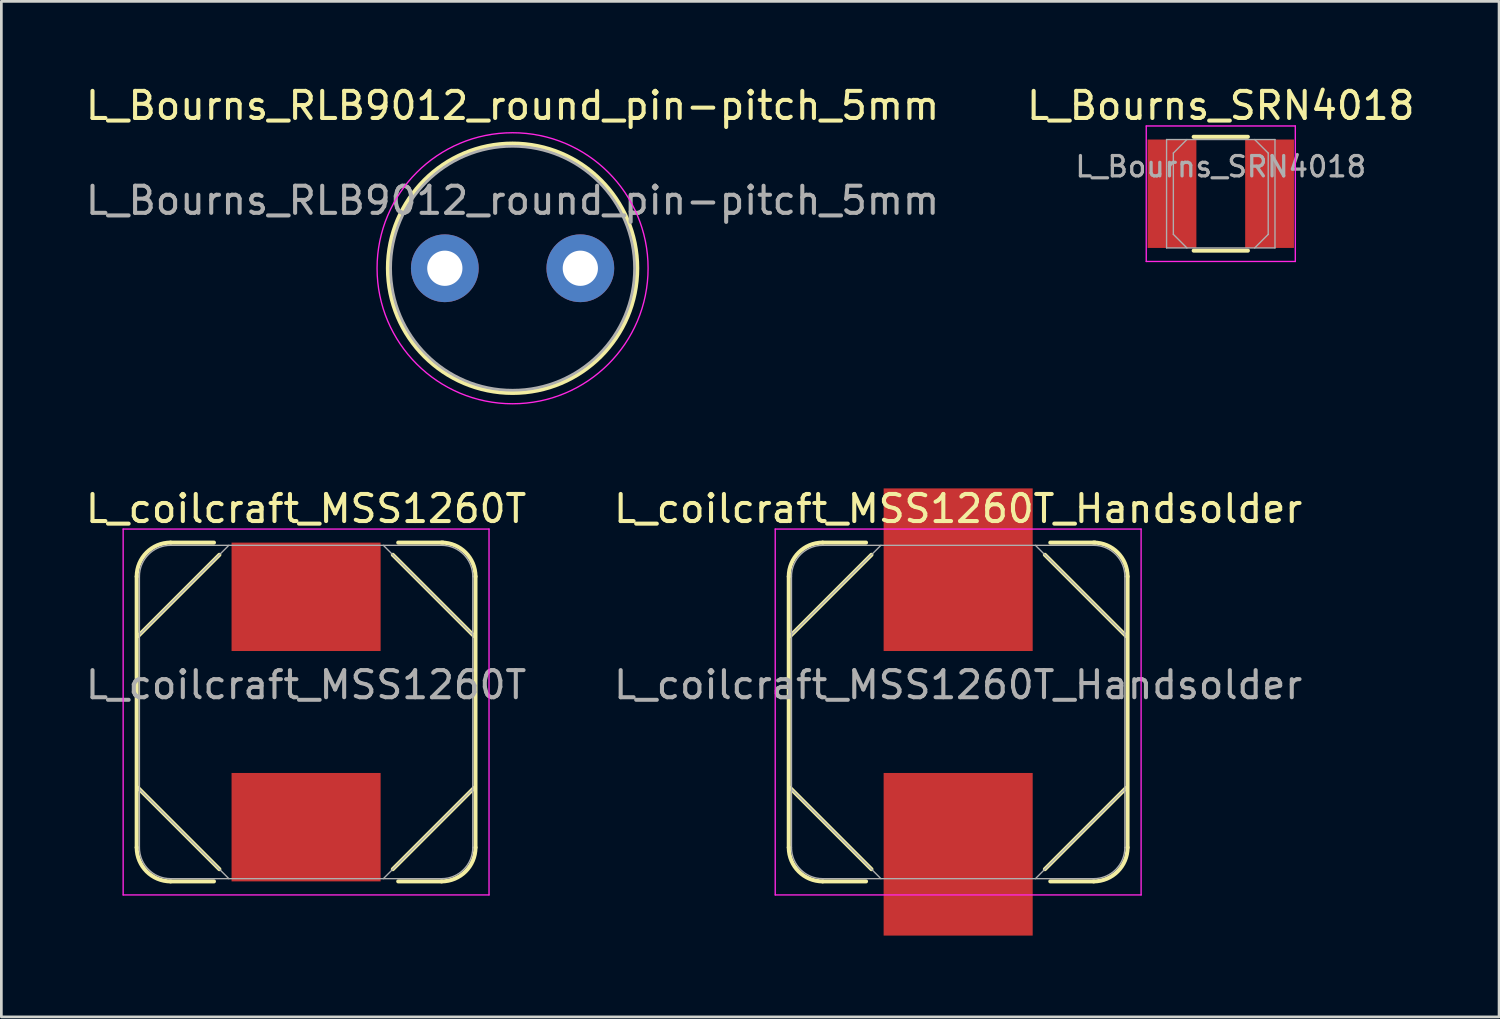
<source format=kicad_pcb>
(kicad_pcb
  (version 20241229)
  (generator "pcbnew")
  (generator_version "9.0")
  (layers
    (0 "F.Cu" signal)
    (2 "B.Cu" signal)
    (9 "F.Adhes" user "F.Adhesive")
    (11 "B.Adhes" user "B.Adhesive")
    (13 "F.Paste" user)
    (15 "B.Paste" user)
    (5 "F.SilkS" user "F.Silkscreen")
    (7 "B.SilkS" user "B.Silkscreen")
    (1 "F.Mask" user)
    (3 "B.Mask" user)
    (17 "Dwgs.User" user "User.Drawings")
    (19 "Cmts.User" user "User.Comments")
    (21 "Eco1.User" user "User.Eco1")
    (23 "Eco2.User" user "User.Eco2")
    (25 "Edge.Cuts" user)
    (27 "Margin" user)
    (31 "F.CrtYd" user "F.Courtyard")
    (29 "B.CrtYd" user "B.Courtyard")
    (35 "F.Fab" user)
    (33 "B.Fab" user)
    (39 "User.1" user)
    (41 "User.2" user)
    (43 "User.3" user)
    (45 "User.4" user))
  (footprint "L_Bourns_RLB9012_round_pin-pitch_5mm"
    (layer "F.Cu")
    (at 15.863 6.848)
    (property "Reference" "L_Bourns_RLB9012_round_pin-pitch_5mm" (at 0 -2.5 0) (layer "F.Fab") (effects (font (size 1 1) (thickness 0.15))))
    (attr through_hole)
    (fp_circle (center 0 0) (end 4.6 0) (stroke (width 0.15) (type solid)) (fill no) (layer "F.SilkS"))
    (fp_circle (center 0 0) (end 5 0) (stroke (width 0.05) (type solid)) (fill no) (layer "F.CrtYd"))
    (fp_circle (center 0 0) (end 4.5 0) (stroke (width 0.1) (type solid)) (fill no) (layer "F.Fab"))
    (fp_text user "${REFERENCE}" (at 0 -6 0) (layer "F.SilkS") (effects (font (size 1 1) (thickness 0.15))))
    (pad "1" thru_hole circle (at -2.5 0) (size 2.5 2.5) (drill 1.3) (layers "*.Cu" "*.Mask"))
    (pad "2" thru_hole circle (at 2.5 0) (size 2.5 2.5) (drill 1.3) (layers "*.Cu" "*.Mask")))
  (footprint "L_coilcraft_MSS1260T_Handsolder"
    (layer "F.Cu")
    (at 32.304 23.221)
    (property "Reference" "L_coilcraft_MSS1260T_Handsolder" (at 0 -1 0) (layer "F.Fab") (effects (font (size 1 1) (thickness 0.15))))
    (attr smd)
    (fp_line (start -6.25 5) (end -6.25 -5) (stroke (width 0.15) (type solid)) (layer "F.SilkS"))
    (fp_line (start -5 -6.25) (end -3.4 -6.25) (stroke (width 0.15) (type solid)) (layer "F.SilkS"))
    (fp_line (start -5 6.25) (end -3.4 6.25) (stroke (width 0.15) (type solid)) (layer "F.SilkS"))
    (fp_line (start -3.2 -5.8) (end -6.2 -2.8) (stroke (width 0.15) (type solid)) (layer "F.SilkS"))
    (fp_line (start -3.2 5.8) (end -6.2 2.8) (stroke (width 0.15) (type solid)) (layer "F.SilkS"))
    (fp_line (start 3.2 -5.8) (end 6.2 -2.8) (stroke (width 0.15) (type solid)) (layer "F.SilkS"))
    (fp_line (start 3.2 5.8) (end 6.2 2.8) (stroke (width 0.15) (type solid)) (layer "F.SilkS"))
    (fp_line (start 5 6.25) (end 3.4 6.25) (stroke (width 0.15) (type solid)) (layer "F.SilkS"))
    (fp_line (start 5.05 -6.25) (end 3.4 -6.25) (stroke (width 0.15) (type solid)) (layer "F.SilkS"))
    (fp_line (start 6.25 -5) (end 6.25 5) (stroke (width 0.15) (type solid)) (layer "F.SilkS"))
    (fp_arc (start -6.25 -5) (mid -5.883883 -5.883883) (end -5 -6.25) (stroke (width 0.15) (type solid)) (layer "F.SilkS"))
    (fp_arc (start -5 6.25) (mid -5.883883 5.883883) (end -6.25 5) (stroke (width 0.15) (type solid)) (layer "F.SilkS"))
    (fp_arc (start 5 -6.25) (mid 5.883883 -5.883883) (end 6.25 -5) (stroke (width 0.15) (type solid)) (layer "F.SilkS"))
    (fp_arc (start 6.25 5) (mid 5.883883 5.883883) (end 5 6.25) (stroke (width 0.15) (type solid)) (layer "F.SilkS"))
    (fp_line (start -6.75 -6.75) (end 6.75 -6.75) (stroke (width 0.05) (type solid)) (layer "F.CrtYd"))
    (fp_line (start -6.75 6.75) (end -6.75 -6.75) (stroke (width 0.05) (type solid)) (layer "F.CrtYd"))
    (fp_line (start 6.75 -6.75) (end 6.75 6.75) (stroke (width 0.05) (type solid)) (layer "F.CrtYd"))
    (fp_line (start 6.75 6.75) (end -6.75 6.75) (stroke (width 0.05) (type solid)) (layer "F.CrtYd"))
    (fp_line (start -6.15 -5) (end -6.15 5) (stroke (width 0.05) (type solid)) (layer "F.Fab"))
    (fp_line (start -6.15 -2.85) (end -2.85 -6.15) (stroke (width 0.05) (type solid)) (layer "F.Fab"))
    (fp_line (start -6.15 2.85) (end -2.85 6.15) (stroke (width 0.05) (type solid)) (layer "F.Fab"))
    (fp_line (start -5 6.15) (end 5 6.15) (stroke (width 0.05) (type solid)) (layer "F.Fab"))
    (fp_line (start 5 -6.15) (end -5 -6.15) (stroke (width 0.05) (type solid)) (layer "F.Fab"))
    (fp_line (start 6.15 -2.85) (end 2.85 -6.15) (stroke (width 0.05) (type solid)) (layer "F.Fab"))
    (fp_line (start 6.15 2.85) (end 2.85 6.15) (stroke (width 0.05) (type solid)) (layer "F.Fab"))
    (fp_line (start 6.15 5) (end 6.15 -5) (stroke (width 0.05) (type solid)) (layer "F.Fab"))
    (fp_arc (start -6.15 -5) (mid -5.813173 -5.813173) (end -5 -6.15) (stroke (width 0.05) (type solid)) (layer "F.Fab"))
    (fp_arc (start -5 6.15) (mid -5.813173 5.813173) (end -6.15 5) (stroke (width 0.05) (type solid)) (layer "F.Fab"))
    (fp_arc (start 5 -6.15) (mid 5.813173 -5.813173) (end 6.15 -5) (stroke (width 0.05) (type solid)) (layer "F.Fab"))
    (fp_arc (start 6.15 5) (mid 5.813173 5.813173) (end 5 6.15) (stroke (width 0.05) (type solid)) (layer "F.Fab"))
    (fp_text user "${REFERENCE}" (at 0 -7.5 0) (layer "F.SilkS") (effects (font (size 1 1) (thickness 0.15))))
    (pad "1" smd rect (at 0 -5.25) (size 5.5 6) (layers "F.Cu" "F.Mask" "F.Paste"))
    (pad "2" smd rect (at 0 5.25) (size 5.5 6) (layers "F.Cu" "F.Mask" "F.Paste")))
  (footprint "L_coilcraft_MSS1260T"
    (layer "F.Cu")
    (at 8.244 23.221)
    (property "Reference" "L_coilcraft_MSS1260T" (at 0 -1 0) (layer "F.Fab") (effects (font (size 1 1) (thickness 0.15))))
    (attr smd)
    (fp_line (start -6.25 5) (end -6.25 -5) (stroke (width 0.15) (type solid)) (layer "F.SilkS"))
    (fp_line (start -5 -6.25) (end -3.4 -6.25) (stroke (width 0.15) (type solid)) (layer "F.SilkS"))
    (fp_line (start -5 6.25) (end -3.4 6.25) (stroke (width 0.15) (type solid)) (layer "F.SilkS"))
    (fp_line (start -3.2 -5.8) (end -6.2 -2.8) (stroke (width 0.15) (type solid)) (layer "F.SilkS"))
    (fp_line (start -3.2 5.8) (end -6.2 2.8) (stroke (width 0.15) (type solid)) (layer "F.SilkS"))
    (fp_line (start 3.2 -5.8) (end 6.2 -2.8) (stroke (width 0.15) (type solid)) (layer "F.SilkS"))
    (fp_line (start 3.2 5.8) (end 6.2 2.8) (stroke (width 0.15) (type solid)) (layer "F.SilkS"))
    (fp_line (start 5 6.25) (end 3.4 6.25) (stroke (width 0.15) (type solid)) (layer "F.SilkS"))
    (fp_line (start 5.05 -6.25) (end 3.4 -6.25) (stroke (width 0.15) (type solid)) (layer "F.SilkS"))
    (fp_line (start 6.25 -5) (end 6.25 5) (stroke (width 0.15) (type solid)) (layer "F.SilkS"))
    (fp_arc (start -6.25 -5) (mid -5.883883 -5.883883) (end -5 -6.25) (stroke (width 0.15) (type solid)) (layer "F.SilkS"))
    (fp_arc (start -5 6.25) (mid -5.883883 5.883883) (end -6.25 5) (stroke (width 0.15) (type solid)) (layer "F.SilkS"))
    (fp_arc (start 5 -6.25) (mid 5.883883 -5.883883) (end 6.25 -5) (stroke (width 0.15) (type solid)) (layer "F.SilkS"))
    (fp_arc (start 6.25 5) (mid 5.883883 5.883883) (end 5 6.25) (stroke (width 0.15) (type solid)) (layer "F.SilkS"))
    (fp_line (start -6.75 -6.75) (end 6.75 -6.75) (stroke (width 0.05) (type solid)) (layer "F.CrtYd"))
    (fp_line (start -6.75 6.75) (end -6.75 -6.75) (stroke (width 0.05) (type solid)) (layer "F.CrtYd"))
    (fp_line (start 6.75 -6.75) (end 6.75 6.75) (stroke (width 0.05) (type solid)) (layer "F.CrtYd"))
    (fp_line (start 6.75 6.75) (end -6.75 6.75) (stroke (width 0.05) (type solid)) (layer "F.CrtYd"))
    (fp_line (start -6.15 -5) (end -6.15 5) (stroke (width 0.05) (type solid)) (layer "F.Fab"))
    (fp_line (start -6.15 -2.85) (end -2.85 -6.15) (stroke (width 0.05) (type solid)) (layer "F.Fab"))
    (fp_line (start -6.15 2.85) (end -2.85 6.15) (stroke (width 0.05) (type solid)) (layer "F.Fab"))
    (fp_line (start -5 6.15) (end 5 6.15) (stroke (width 0.05) (type solid)) (layer "F.Fab"))
    (fp_line (start 5 -6.15) (end -5 -6.15) (stroke (width 0.05) (type solid)) (layer "F.Fab"))
    (fp_line (start 6.15 -2.85) (end 2.85 -6.15) (stroke (width 0.05) (type solid)) (layer "F.Fab"))
    (fp_line (start 6.15 2.85) (end 2.85 6.15) (stroke (width 0.05) (type solid)) (layer "F.Fab"))
    (fp_line (start 6.15 5) (end 6.15 -5) (stroke (width 0.05) (type solid)) (layer "F.Fab"))
    (fp_arc (start -6.15 -5) (mid -5.813173 -5.813173) (end -5 -6.15) (stroke (width 0.05) (type solid)) (layer "F.Fab"))
    (fp_arc (start -5 6.15) (mid -5.813173 5.813173) (end -6.15 5) (stroke (width 0.05) (type solid)) (layer "F.Fab"))
    (fp_arc (start 5 -6.15) (mid 5.813173 -5.813173) (end 6.15 -5) (stroke (width 0.05) (type solid)) (layer "F.Fab"))
    (fp_arc (start 6.15 5) (mid 5.813173 5.813173) (end 5 6.15) (stroke (width 0.05) (type solid)) (layer "F.Fab"))
    (fp_text user "${REFERENCE}" (at 0 -7.5 0) (layer "F.SilkS") (effects (font (size 1 1) (thickness 0.15))))
    (pad "1" smd rect (at 0 -4.25) (size 5.5 4) (layers "F.Cu" "F.Mask" "F.Paste"))
    (pad "2" smd rect (at 0 4.25) (size 5.5 4) (layers "F.Cu" "F.Mask" "F.Paste")))
  (footprint "L_Bourns_SRN4018"
    (layer "F.Cu")
    (at 41.994 4.098)
    (property "Reference" "L_Bourns_SRN4018" (at 0 -1 0) (layer "F.Fab") (effects (font (size 0.75 0.75) (thickness 0.12))))
    (attr smd)
    (fp_line (start -1 -2.1) (end 1 -2.1) (stroke (width 0.15) (type solid)) (layer "F.SilkS"))
    (fp_line (start 1 2.1) (end -1 2.1) (stroke (width 0.15) (type solid)) (layer "F.SilkS"))
    (fp_line (start -2.75 -2.5) (end -2.75 2.5) (stroke (width 0.05) (type solid)) (layer "F.CrtYd"))
    (fp_line (start -2.75 -2.5) (end 2.75 -2.5) (stroke (width 0.05) (type solid)) (layer "F.CrtYd"))
    (fp_line (start -2.75 2.5) (end 2.75 2.5) (stroke (width 0.05) (type solid)) (layer "F.CrtYd"))
    (fp_line (start 2.75 -2.5) (end 2.75 2.5) (stroke (width 0.05) (type solid)) (layer "F.CrtYd"))
    (fp_line (start -2 -2) (end 2 -2) (stroke (width 0.05) (type solid)) (layer "F.Fab"))
    (fp_line (start -2 2) (end -2 -2) (stroke (width 0.05) (type solid)) (layer "F.Fab"))
    (fp_line (start -1.75 -1.5) (end -1.75 1.5) (stroke (width 0.05) (type solid)) (layer "F.Fab"))
    (fp_line (start -1.75 1.5) (end -1.25 2) (stroke (width 0.05) (type solid)) (layer "F.Fab"))
    (fp_line (start -1.25 -2) (end -1.75 -1.5) (stroke (width 0.05) (type solid)) (layer "F.Fab"))
    (fp_line (start 1.25 2) (end 1.75 1.5) (stroke (width 0.05) (type solid)) (layer "F.Fab"))
    (fp_line (start 1.75 -1.5) (end 1.25 -2) (stroke (width 0.05) (type solid)) (layer "F.Fab"))
    (fp_line (start 1.75 1.5) (end 1.75 -1.5) (stroke (width 0.05) (type solid)) (layer "F.Fab"))
    (fp_line (start 2 -2) (end 2 2) (stroke (width 0.05) (type solid)) (layer "F.Fab"))
    (fp_line (start 2 2) (end -2 2) (stroke (width 0.05) (type solid)) (layer "F.Fab"))
    (fp_text user "${REFERENCE}" (at 0 -3.25 0) (layer "F.SilkS") (effects (font (size 1 1) (thickness 0.15))))
    (pad "1" smd rect (at -1.8 0) (size 1.8 4) (layers "F.Cu" "F.Mask" "F.Paste"))
    (pad "2" smd rect (at 1.8 0) (size 1.8 4) (layers "F.Cu" "F.Mask" "F.Paste")))
  (gr_rect
    (start -3 -3)
    (end 52.262 34.471)
    (stroke (width 0.1) (type default))
    (fill no)
    (layer "Edge.Cuts")))
</source>
